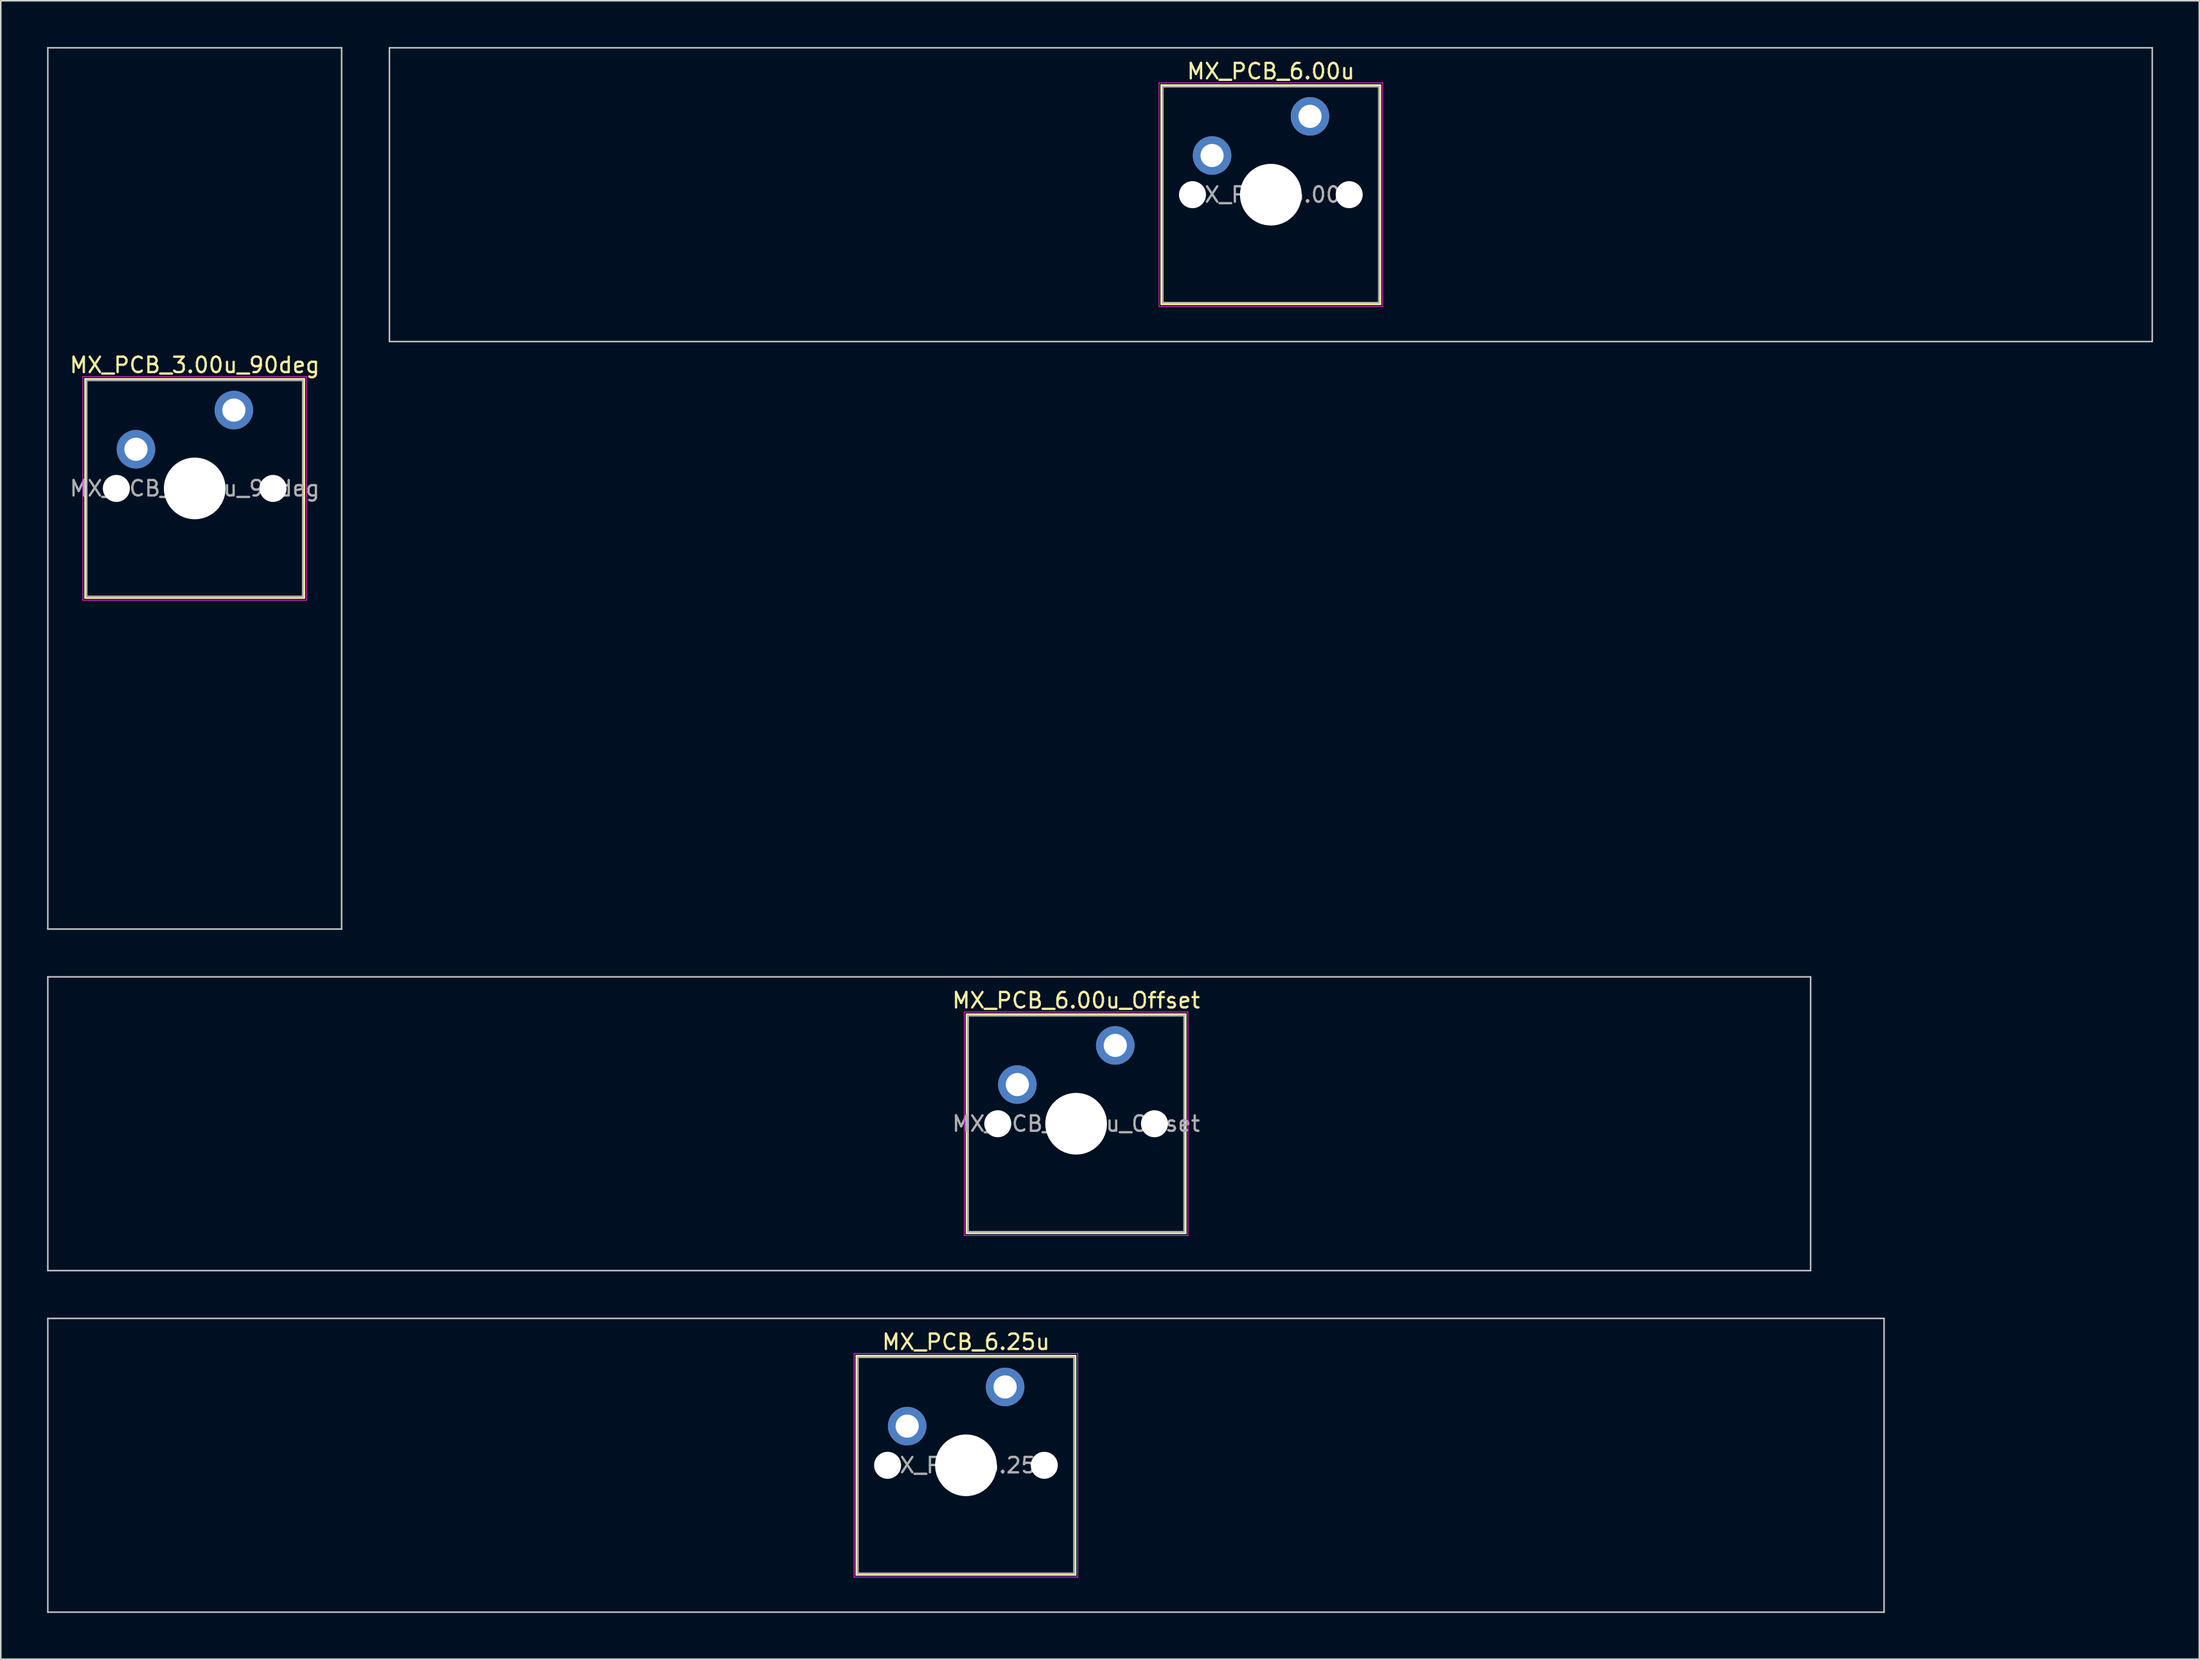
<source format=kicad_pcb>
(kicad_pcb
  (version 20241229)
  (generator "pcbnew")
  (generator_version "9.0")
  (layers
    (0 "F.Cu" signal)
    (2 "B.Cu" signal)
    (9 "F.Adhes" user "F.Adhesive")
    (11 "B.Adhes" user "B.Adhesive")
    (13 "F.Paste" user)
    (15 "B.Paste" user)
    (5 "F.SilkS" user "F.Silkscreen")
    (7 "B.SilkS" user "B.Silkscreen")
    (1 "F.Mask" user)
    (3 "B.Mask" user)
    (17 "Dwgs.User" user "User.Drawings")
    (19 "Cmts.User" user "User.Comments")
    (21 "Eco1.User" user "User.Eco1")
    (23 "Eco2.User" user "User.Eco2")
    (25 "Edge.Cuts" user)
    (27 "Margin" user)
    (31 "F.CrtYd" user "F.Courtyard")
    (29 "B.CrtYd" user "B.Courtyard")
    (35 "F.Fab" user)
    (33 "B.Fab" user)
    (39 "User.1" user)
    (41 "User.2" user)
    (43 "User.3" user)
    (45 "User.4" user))
  (footprint "MX_PCB_6.00u_Offset"
    (layer "F.Cu")
    (at 66.725 69.825)
    (property "Reference" "MX_PCB_6.00u_Offset" (at 0 -8 0) (layer "F.SilkS") (effects (font (size 1 1) (thickness 0.15))))
    (attr through_hole)
    (fp_line (start -7.1 -7.1) (end -7.1 7.1) (stroke (width 0.12) (type solid)) (layer "F.SilkS"))
    (fp_line (start -7.1 7.1) (end 7.1 7.1) (stroke (width 0.12) (type solid)) (layer "F.SilkS"))
    (fp_line (start 7.1 -7.1) (end -7.1 -7.1) (stroke (width 0.12) (type solid)) (layer "F.SilkS"))
    (fp_line (start 7.1 7.1) (end 7.1 -7.1) (stroke (width 0.12) (type solid)) (layer "F.SilkS"))
    (fp_line (start -66.675 -9.525) (end -66.675 9.525) (stroke (width 0.1) (type solid)) (layer "Dwgs.User"))
    (fp_line (start -66.675 9.525) (end 47.625 9.525) (stroke (width 0.1) (type solid)) (layer "Dwgs.User"))
    (fp_line (start 47.625 -9.525) (end -66.675 -9.525) (stroke (width 0.1) (type solid)) (layer "Dwgs.User"))
    (fp_line (start 47.625 9.525) (end 47.625 -9.525) (stroke (width 0.1) (type solid)) (layer "Dwgs.User"))
    (fp_line (start -7 -7) (end -7 7) (stroke (width 0.1) (type solid)) (layer "Eco1.User"))
    (fp_line (start -7 7) (end 7 7) (stroke (width 0.1) (type solid)) (layer "Eco1.User"))
    (fp_line (start 7 -7) (end -7 -7) (stroke (width 0.1) (type solid)) (layer "Eco1.User"))
    (fp_line (start 7 7) (end 7 -7) (stroke (width 0.1) (type solid)) (layer "Eco1.User"))
    (fp_line (start -7.25 -7.25) (end -7.25 7.25) (stroke (width 0.05) (type solid)) (layer "F.CrtYd"))
    (fp_line (start -7.25 7.25) (end 7.25 7.25) (stroke (width 0.05) (type solid)) (layer "F.CrtYd"))
    (fp_line (start 7.25 -7.25) (end -7.25 -7.25) (stroke (width 0.05) (type solid)) (layer "F.CrtYd"))
    (fp_line (start 7.25 7.25) (end 7.25 -7.25) (stroke (width 0.05) (type solid)) (layer "F.CrtYd"))
    (fp_line (start -7 -7) (end -7 7) (stroke (width 0.1) (type solid)) (layer "F.Fab"))
    (fp_line (start -7 7) (end 7 7) (stroke (width 0.1) (type solid)) (layer "F.Fab"))
    (fp_line (start 7 -7) (end -7 -7) (stroke (width 0.1) (type solid)) (layer "F.Fab"))
    (fp_line (start 7 7) (end 7 -7) (stroke (width 0.1) (type solid)) (layer "F.Fab"))
    (fp_text user "${REFERENCE}" (at 0 0 0) (layer "F.Fab") (effects (font (size 1 1) (thickness 0.15))))
    (pad "" np_thru_hole circle (at -5.08 0) (size 1.75 1.75) (drill 1.75) (layers "*.Cu" "*.Mask"))
    (pad "" np_thru_hole circle (at 0 0) (size 4 4) (drill 4) (layers "*.Cu" "*.Mask"))
    (pad "" np_thru_hole circle (at 5.08 0) (size 1.75 1.75) (drill 1.75) (layers "*.Cu" "*.Mask"))
    (pad "1" thru_hole circle (at -3.81 -2.54) (size 2.5 2.5) (drill 1.5) (layers "*.Cu" "*.Mask"))
    (pad "2" thru_hole circle (at 2.54 -5.08) (size 2.5 2.5) (drill 1.5) (layers "*.Cu" "*.Mask")))
  (footprint "MX_PCB_6.25u"
    (layer "F.Cu")
    (at 59.581 91.975)
    (property "Reference" "MX_PCB_6.25u" (at 0 -8 0) (layer "F.SilkS") (effects (font (size 1 1) (thickness 0.15))))
    (attr through_hole)
    (fp_line (start -7.1 -7.1) (end -7.1 7.1) (stroke (width 0.12) (type solid)) (layer "F.SilkS"))
    (fp_line (start -7.1 7.1) (end 7.1 7.1) (stroke (width 0.12) (type solid)) (layer "F.SilkS"))
    (fp_line (start 7.1 -7.1) (end -7.1 -7.1) (stroke (width 0.12) (type solid)) (layer "F.SilkS"))
    (fp_line (start 7.1 7.1) (end 7.1 -7.1) (stroke (width 0.12) (type solid)) (layer "F.SilkS"))
    (fp_line (start -59.531 -9.525) (end -59.531 9.525) (stroke (width 0.1) (type solid)) (layer "Dwgs.User"))
    (fp_line (start -59.531 9.525) (end 59.531 9.525) (stroke (width 0.1) (type solid)) (layer "Dwgs.User"))
    (fp_line (start 59.531 -9.525) (end -59.531 -9.525) (stroke (width 0.1) (type solid)) (layer "Dwgs.User"))
    (fp_line (start 59.531 9.525) (end 59.531 -9.525) (stroke (width 0.1) (type solid)) (layer "Dwgs.User"))
    (fp_line (start -7 -7) (end -7 7) (stroke (width 0.1) (type solid)) (layer "Eco1.User"))
    (fp_line (start -7 7) (end 7 7) (stroke (width 0.1) (type solid)) (layer "Eco1.User"))
    (fp_line (start 7 -7) (end -7 -7) (stroke (width 0.1) (type solid)) (layer "Eco1.User"))
    (fp_line (start 7 7) (end 7 -7) (stroke (width 0.1) (type solid)) (layer "Eco1.User"))
    (fp_line (start -7.25 -7.25) (end -7.25 7.25) (stroke (width 0.05) (type solid)) (layer "F.CrtYd"))
    (fp_line (start -7.25 7.25) (end 7.25 7.25) (stroke (width 0.05) (type solid)) (layer "F.CrtYd"))
    (fp_line (start 7.25 -7.25) (end -7.25 -7.25) (stroke (width 0.05) (type solid)) (layer "F.CrtYd"))
    (fp_line (start 7.25 7.25) (end 7.25 -7.25) (stroke (width 0.05) (type solid)) (layer "F.CrtYd"))
    (fp_line (start -7 -7) (end -7 7) (stroke (width 0.1) (type solid)) (layer "F.Fab"))
    (fp_line (start -7 7) (end 7 7) (stroke (width 0.1) (type solid)) (layer "F.Fab"))
    (fp_line (start 7 -7) (end -7 -7) (stroke (width 0.1) (type solid)) (layer "F.Fab"))
    (fp_line (start 7 7) (end 7 -7) (stroke (width 0.1) (type solid)) (layer "F.Fab"))
    (fp_text user "${REFERENCE}" (at 0 0 0) (layer "F.Fab") (effects (font (size 1 1) (thickness 0.15))))
    (pad "" np_thru_hole circle (at -5.08 0) (size 1.75 1.75) (drill 1.75) (layers "*.Cu" "*.Mask"))
    (pad "" np_thru_hole circle (at 0 0) (size 4 4) (drill 4) (layers "*.Cu" "*.Mask"))
    (pad "" np_thru_hole circle (at 5.08 0) (size 1.75 1.75) (drill 1.75) (layers "*.Cu" "*.Mask"))
    (pad "1" thru_hole circle (at -3.81 -2.54) (size 2.5 2.5) (drill 1.5) (layers "*.Cu" "*.Mask"))
    (pad "2" thru_hole circle (at 2.54 -5.08) (size 2.5 2.5) (drill 1.5) (layers "*.Cu" "*.Mask")))
  (footprint "MX_PCB_6.00u"
    (layer "F.Cu")
    (at 79.35 9.575)
    (property "Reference" "MX_PCB_6.00u" (at 0 -8 0) (layer "F.SilkS") (effects (font (size 1 1) (thickness 0.15))))
    (attr through_hole)
    (fp_line (start -7.1 -7.1) (end -7.1 7.1) (stroke (width 0.12) (type solid)) (layer "F.SilkS"))
    (fp_line (start -7.1 7.1) (end 7.1 7.1) (stroke (width 0.12) (type solid)) (layer "F.SilkS"))
    (fp_line (start 7.1 -7.1) (end -7.1 -7.1) (stroke (width 0.12) (type solid)) (layer "F.SilkS"))
    (fp_line (start 7.1 7.1) (end 7.1 -7.1) (stroke (width 0.12) (type solid)) (layer "F.SilkS"))
    (fp_line (start -57.15 -9.525) (end -57.15 9.525) (stroke (width 0.1) (type solid)) (layer "Dwgs.User"))
    (fp_line (start -57.15 9.525) (end 57.15 9.525) (stroke (width 0.1) (type solid)) (layer "Dwgs.User"))
    (fp_line (start 57.15 -9.525) (end -57.15 -9.525) (stroke (width 0.1) (type solid)) (layer "Dwgs.User"))
    (fp_line (start 57.15 9.525) (end 57.15 -9.525) (stroke (width 0.1) (type solid)) (layer "Dwgs.User"))
    (fp_line (start -7 -7) (end -7 7) (stroke (width 0.1) (type solid)) (layer "Eco1.User"))
    (fp_line (start -7 7) (end 7 7) (stroke (width 0.1) (type solid)) (layer "Eco1.User"))
    (fp_line (start 7 -7) (end -7 -7) (stroke (width 0.1) (type solid)) (layer "Eco1.User"))
    (fp_line (start 7 7) (end 7 -7) (stroke (width 0.1) (type solid)) (layer "Eco1.User"))
    (fp_line (start -7.25 -7.25) (end -7.25 7.25) (stroke (width 0.05) (type solid)) (layer "F.CrtYd"))
    (fp_line (start -7.25 7.25) (end 7.25 7.25) (stroke (width 0.05) (type solid)) (layer "F.CrtYd"))
    (fp_line (start 7.25 -7.25) (end -7.25 -7.25) (stroke (width 0.05) (type solid)) (layer "F.CrtYd"))
    (fp_line (start 7.25 7.25) (end 7.25 -7.25) (stroke (width 0.05) (type solid)) (layer "F.CrtYd"))
    (fp_line (start -7 -7) (end -7 7) (stroke (width 0.1) (type solid)) (layer "F.Fab"))
    (fp_line (start -7 7) (end 7 7) (stroke (width 0.1) (type solid)) (layer "F.Fab"))
    (fp_line (start 7 -7) (end -7 -7) (stroke (width 0.1) (type solid)) (layer "F.Fab"))
    (fp_line (start 7 7) (end 7 -7) (stroke (width 0.1) (type solid)) (layer "F.Fab"))
    (fp_text user "${REFERENCE}" (at 0 0 0) (layer "F.Fab") (effects (font (size 1 1) (thickness 0.15))))
    (pad "" np_thru_hole circle (at -5.08 0) (size 1.75 1.75) (drill 1.75) (layers "*.Cu" "*.Mask"))
    (pad "" np_thru_hole circle (at 0 0) (size 4 4) (drill 4) (layers "*.Cu" "*.Mask"))
    (pad "" np_thru_hole circle (at 5.08 0) (size 1.75 1.75) (drill 1.75) (layers "*.Cu" "*.Mask"))
    (pad "1" thru_hole circle (at -3.81 -2.54) (size 2.5 2.5) (drill 1.5) (layers "*.Cu" "*.Mask"))
    (pad "2" thru_hole circle (at 2.54 -5.08) (size 2.5 2.5) (drill 1.5) (layers "*.Cu" "*.Mask")))
  (footprint "MX_PCB_3.00u_90deg"
    (layer "F.Cu")
    (at 9.575 28.625)
    (property "Reference" "MX_PCB_3.00u_90deg" (at 0 -8 0) (layer "F.SilkS") (effects (font (size 1 1) (thickness 0.15))))
    (attr through_hole)
    (fp_line (start -7.1 -7.1) (end -7.1 7.1) (stroke (width 0.12) (type solid)) (layer "F.SilkS"))
    (fp_line (start -7.1 7.1) (end 7.1 7.1) (stroke (width 0.12) (type solid)) (layer "F.SilkS"))
    (fp_line (start 7.1 -7.1) (end -7.1 -7.1) (stroke (width 0.12) (type solid)) (layer "F.SilkS"))
    (fp_line (start 7.1 7.1) (end 7.1 -7.1) (stroke (width 0.12) (type solid)) (layer "F.SilkS"))
    (fp_line (start -9.525 -28.575) (end 9.525 -28.575) (stroke (width 0.1) (type solid)) (layer "Dwgs.User"))
    (fp_line (start -9.525 28.575) (end -9.525 -28.575) (stroke (width 0.1) (type solid)) (layer "Dwgs.User"))
    (fp_line (start 9.525 -28.575) (end 9.525 28.575) (stroke (width 0.1) (type solid)) (layer "Dwgs.User"))
    (fp_line (start 9.525 28.575) (end -9.525 28.575) (stroke (width 0.1) (type solid)) (layer "Dwgs.User"))
    (fp_line (start -7 -7) (end -7 7) (stroke (width 0.1) (type solid)) (layer "Eco1.User"))
    (fp_line (start -7 7) (end 7 7) (stroke (width 0.1) (type solid)) (layer "Eco1.User"))
    (fp_line (start 7 -7) (end -7 -7) (stroke (width 0.1) (type solid)) (layer "Eco1.User"))
    (fp_line (start 7 7) (end 7 -7) (stroke (width 0.1) (type solid)) (layer "Eco1.User"))
    (fp_line (start -7.25 -7.25) (end -7.25 7.25) (stroke (width 0.05) (type solid)) (layer "F.CrtYd"))
    (fp_line (start -7.25 7.25) (end 7.25 7.25) (stroke (width 0.05) (type solid)) (layer "F.CrtYd"))
    (fp_line (start 7.25 -7.25) (end -7.25 -7.25) (stroke (width 0.05) (type solid)) (layer "F.CrtYd"))
    (fp_line (start 7.25 7.25) (end 7.25 -7.25) (stroke (width 0.05) (type solid)) (layer "F.CrtYd"))
    (fp_line (start -7 -7) (end -7 7) (stroke (width 0.1) (type solid)) (layer "F.Fab"))
    (fp_line (start -7 7) (end 7 7) (stroke (width 0.1) (type solid)) (layer "F.Fab"))
    (fp_line (start 7 -7) (end -7 -7) (stroke (width 0.1) (type solid)) (layer "F.Fab"))
    (fp_line (start 7 7) (end 7 -7) (stroke (width 0.1) (type solid)) (layer "F.Fab"))
    (fp_text user "${REFERENCE}" (at 0 0 0) (layer "F.Fab") (effects (font (size 1 1) (thickness 0.15))))
    (pad "" np_thru_hole circle (at -5.08 0) (size 1.75 1.75) (drill 1.75) (layers "*.Cu" "*.Mask"))
    (pad "" np_thru_hole circle (at 0 0) (size 4 4) (drill 4) (layers "*.Cu" "*.Mask"))
    (pad "" np_thru_hole circle (at 5.08 0) (size 1.75 1.75) (drill 1.75) (layers "*.Cu" "*.Mask"))
    (pad "1" thru_hole circle (at -3.81 -2.54) (size 2.5 2.5) (drill 1.5) (layers "*.Cu" "*.Mask"))
    (pad "2" thru_hole circle (at 2.54 -5.08) (size 2.5 2.5) (drill 1.5) (layers "*.Cu" "*.Mask")))
  (gr_rect
    (start -3 -3)
    (end 139.55 104.55)
    (stroke (width 0.1) (type default))
    (fill no)
    (layer "Edge.Cuts")))
</source>
